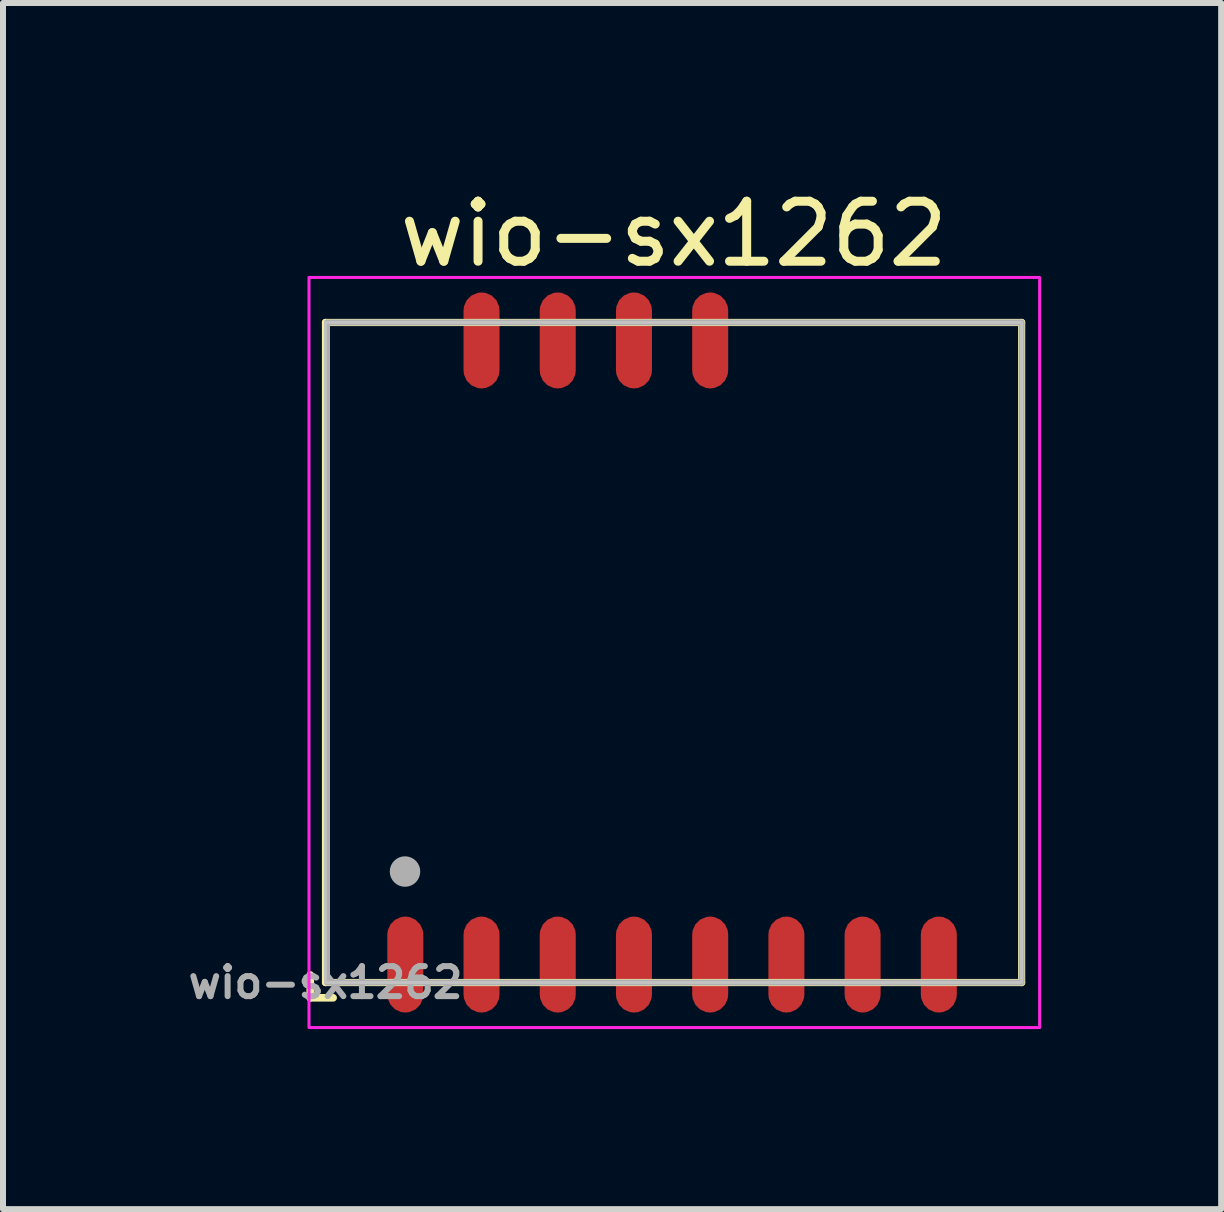
<source format=kicad_pcb>
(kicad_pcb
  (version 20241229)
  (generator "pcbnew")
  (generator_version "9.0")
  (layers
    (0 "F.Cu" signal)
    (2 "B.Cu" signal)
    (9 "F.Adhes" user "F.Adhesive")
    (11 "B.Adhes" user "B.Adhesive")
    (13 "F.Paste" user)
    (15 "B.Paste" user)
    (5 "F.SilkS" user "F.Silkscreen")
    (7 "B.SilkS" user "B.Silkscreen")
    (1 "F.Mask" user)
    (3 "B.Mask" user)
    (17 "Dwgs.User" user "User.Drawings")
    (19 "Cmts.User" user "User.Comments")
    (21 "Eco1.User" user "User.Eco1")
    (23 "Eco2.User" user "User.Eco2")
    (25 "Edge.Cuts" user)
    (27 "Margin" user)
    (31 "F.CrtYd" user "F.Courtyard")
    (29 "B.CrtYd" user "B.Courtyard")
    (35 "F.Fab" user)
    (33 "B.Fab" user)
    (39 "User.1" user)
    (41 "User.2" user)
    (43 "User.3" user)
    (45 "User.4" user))
  (footprint "wio-sx1262"
    (layer "F.Cu")
    (at 2.374 13.323)
    (property "Reference" "wio-sx1262" (at 5.804 -12.475 0) (layer "F.SilkS") (effects (font (size 1 1) (thickness 0.15))))
    (fp_line (start -0.254 0.254) (end -0.254 -0.127) (stroke (width 0.127) (type default)) (layer "F.SilkS"))
    (fp_line (start 0 -11) (end 11.6 -11) (stroke (width 0.12) (type default)) (layer "F.SilkS"))
    (fp_line (start 0 0) (end 0 -11) (stroke (width 0.12) (type default)) (layer "F.SilkS"))
    (fp_line (start 0.127 0.254) (end -0.254 0.254) (stroke (width 0.127) (type default)) (layer "F.SilkS"))
    (fp_line (start 11.6 -11) (end 11.6 0) (stroke (width 0.12) (type default)) (layer "F.SilkS"))
    (fp_line (start 11.6 0) (end 0 0) (stroke (width 0.12) (type default)) (layer "F.SilkS"))
    (fp_rect (start 0 -11) (end 11.6 0) (stroke (width 0.05) (type default)) (fill no) (layer "Dwgs.User"))
    (fp_rect (start -0.275 -11.75) (end 11.9 0.75) (stroke (width 0.05) (type default)) (fill no) (layer "F.CrtYd"))
    (fp_rect (start 0.025 -11) (end 11.6 0) (stroke (width 0.1) (type default)) (fill no) (layer "F.Fab"))
    (fp_circle (center 1.325 -1.85) (end 1.452 -1.85) (stroke (width 0.254) (type default)) (fill no) (layer "F.Fab"))
    (fp_text user "${REFERENCE}" (at 0 0 0) (layer "F.Fab") (effects (font (size 0.5 0.5) (thickness 0.1))))
    (pad "1" smd roundrect (at 1.33 -0.3 90) (size 1.6 0.6) (layers "F.Cu" "F.Mask" "F.Paste") (roundrect_rratio 0.5))
    (pad "2" smd roundrect (at 2.6 -0.3 90) (size 1.6 0.6) (layers "F.Cu" "F.Mask" "F.Paste") (roundrect_rratio 0.5))
    (pad "3" smd roundrect (at 3.87 -0.3 90) (size 1.6 0.6) (layers "F.Cu" "F.Mask" "F.Paste") (roundrect_rratio 0.5))
    (pad "4" smd roundrect (at 5.14 -0.3 90) (size 1.6 0.6) (layers "F.Cu" "F.Mask" "F.Paste") (roundrect_rratio 0.5))
    (pad "5" smd roundrect (at 6.41 -0.3 90) (size 1.6 0.6) (layers "F.Cu" "F.Mask" "F.Paste") (roundrect_rratio 0.5))
    (pad "6" smd roundrect (at 7.68 -0.3 90) (size 1.6 0.6) (layers "F.Cu" "F.Mask" "F.Paste") (roundrect_rratio 0.5))
    (pad "7" smd roundrect (at 8.95 -0.3 90) (size 1.6 0.6) (layers "F.Cu" "F.Mask" "F.Paste") (roundrect_rratio 0.5))
    (pad "8" smd roundrect (at 10.22 -0.3 90) (size 1.6 0.6) (layers "F.Cu" "F.Mask" "F.Paste") (roundrect_rratio 0.5))
    (pad "9" smd roundrect (at 6.41 -10.7 90) (size 1.6 0.6) (layers "F.Cu" "F.Mask" "F.Paste") (roundrect_rratio 0.5))
    (pad "10" smd roundrect (at 5.14 -10.7 90) (size 1.6 0.6) (layers "F.Cu" "F.Mask" "F.Paste") (roundrect_rratio 0.5))
    (pad "11" smd roundrect (at 3.87 -10.7 90) (size 1.6 0.6) (layers "F.Cu" "F.Mask" "F.Paste") (roundrect_rratio 0.5))
    (pad "12" smd roundrect (at 2.6 -10.7 90) (size 1.6 0.6) (layers "F.Cu" "F.Mask" "F.Paste") (roundrect_rratio 0.5)))
  (gr_rect
    (start -3 -3)
    (end 17.299 17.098)
    (stroke (width 0.1) (type default))
    (fill no)
    (layer "Edge.Cuts")))
</source>
